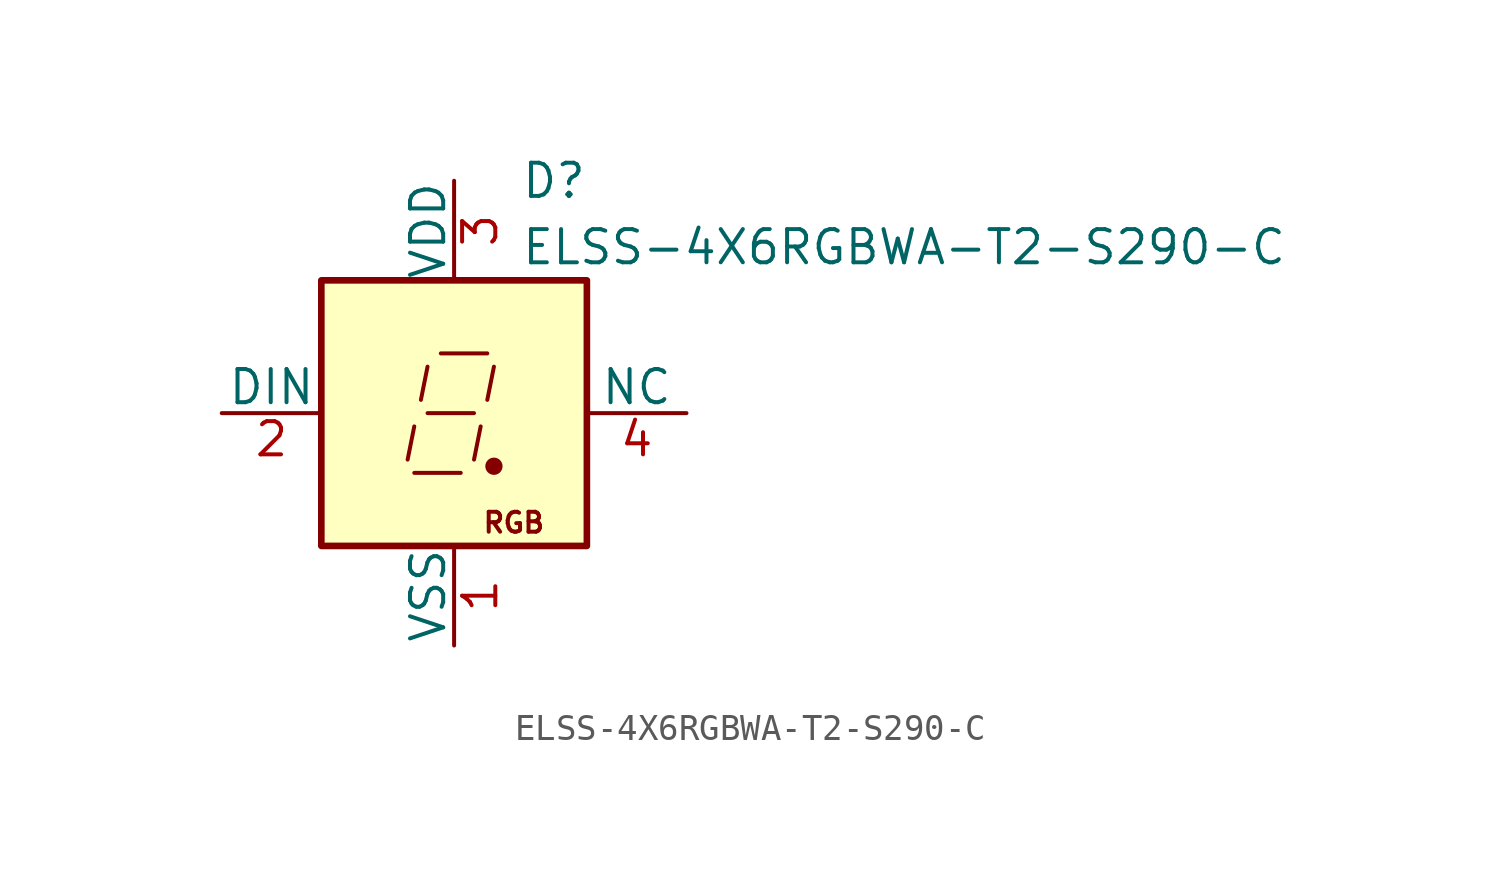
<source format=kicad_sym>
(kicad_symbol_lib
  (version 20231120)
  (generator "kicad_symbol_editor")
  (generator_version "8.0")
  (symbol "ELSS-4X6RGBWA-T2-S290-C"
    (pin_names
      (offset 0))
    (property "Reference" "D"
      (at 2.54 8.89 0)
      (effects (font (size 1.27 1.27)) (justify left)))
    (property "Value" "ELSS-4X6RGBWA-T2-S290-C"
      (at 2.54 6.35 0)
      (effects (font (size 1.27 1.27)) (justify left)))
    (symbol "ELSS-4X6RGBWA-T2-S290-C_0_0"
      (text "RGB" (at 2.286 -4.191 0) (effects (font (size 0.762 0.762)))))
    (symbol "ELSS-4X6RGBWA-T2-S290-C_0_1"
      (rectangle (start -5.08 5.08) (end 5.08 -5.08) (stroke (width 0.254) (type default)) (fill (type background))))
    (symbol "ELSS-4X6RGBWA-T2-S290-C_1_1"
      (polyline (pts (xy -1.524 -2.286) (xy 0.254 -2.286)) (stroke (width 0) (type default)) (fill (type none)))
      (polyline (pts (xy -1.524 -0.508) (xy -1.778 -1.778)) (stroke (width 0) (type default)) (fill (type none)))
      (polyline (pts (xy -1.016 0) (xy 0.762 0)) (stroke (width 0) (type default)) (fill (type none)))
      (polyline (pts (xy -1.016 1.778) (xy -1.27 0.508)) (stroke (width 0) (type default)) (fill (type none)))
      (polyline (pts (xy -0.508 2.286) (xy 1.27 2.286)) (stroke (width 0) (type default)) (fill (type none)))
      (polyline (pts (xy 1.016 -0.508) (xy 0.762 -1.778)) (stroke (width 0) (type default)) (fill (type none)))
      (polyline (pts (xy 1.524 1.778) (xy 1.27 0.508)) (stroke (width 0) (type default)) (fill (type none)))
      (circle (center 1.524 -2.032) (radius 0.254) (stroke (width 0) (type default)) (fill (type outline)))
      (pin power_in line (at 0 -8.89 90) (length 3.81) (name "VSS" (effects (font (size 1.27 1.27)))) (number "1" (effects (font (size 1.27 1.27)))))
      (pin input line (at -8.89 0 0) (length 3.81) (name "DIN" (effects (font (size 1.27 1.27)))) (number "2" (effects (font (size 1.27 1.27)))))
      (pin power_in line (at 0 8.89 270) (length 3.81) (name "VDD" (effects (font (size 1.27 1.27)))) (number "3" (effects (font (size 1.27 1.27)))))
      (pin output line (at 8.89 0 180) (length 3.81) (name "NC" (effects (font (size 1.27 1.27)))) (number "4" (effects (font (size 1.27 1.27))))))))
</source>
